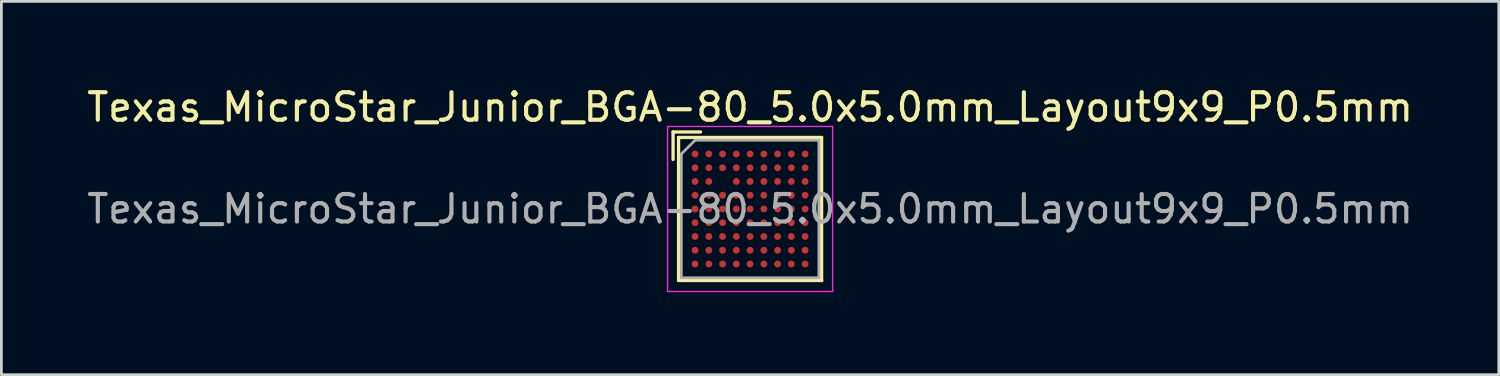
<source format=kicad_pcb>
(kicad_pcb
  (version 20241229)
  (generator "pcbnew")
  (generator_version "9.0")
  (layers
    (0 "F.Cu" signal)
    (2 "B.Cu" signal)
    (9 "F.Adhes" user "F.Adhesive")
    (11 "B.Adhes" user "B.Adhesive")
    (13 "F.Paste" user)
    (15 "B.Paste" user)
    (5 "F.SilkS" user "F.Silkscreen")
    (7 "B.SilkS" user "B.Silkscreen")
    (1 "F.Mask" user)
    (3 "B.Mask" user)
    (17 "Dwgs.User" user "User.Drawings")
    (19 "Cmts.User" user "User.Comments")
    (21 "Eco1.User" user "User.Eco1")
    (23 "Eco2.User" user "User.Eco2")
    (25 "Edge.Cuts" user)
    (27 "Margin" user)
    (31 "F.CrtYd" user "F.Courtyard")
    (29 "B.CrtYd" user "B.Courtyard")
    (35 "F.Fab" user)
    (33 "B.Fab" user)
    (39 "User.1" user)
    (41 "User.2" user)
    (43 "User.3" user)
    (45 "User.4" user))
  (footprint "Texas_MicroStar_Junior_BGA-80_5.0x5.0mm_Layout9x9_P0.5mm"
    (layer "F.Cu")
    (at 24.22 4.548)
    (property "Reference" "Texas_MicroStar_Junior_BGA-80_5.0x5.0mm_Layout9x9_P0.5mm" (at 0 -3.7 0) (layer "F.SilkS") (effects (font (size 1 1) (thickness 0.15))))
    (attr smd)
    (fp_line (start -2.8 -2.8) (end -1.8 -2.8) (stroke (width 0.12) (type solid)) (layer "F.SilkS"))
    (fp_line (start -2.8 -1.8) (end -2.8 -2.8) (stroke (width 0.12) (type solid)) (layer "F.SilkS"))
    (fp_line (start -2.6 -2.6) (end 2.6 -2.6) (stroke (width 0.12) (type solid)) (layer "F.SilkS"))
    (fp_line (start -2.6 2.6) (end -2.6 -2.6) (stroke (width 0.12) (type solid)) (layer "F.SilkS"))
    (fp_line (start 2.6 -2.6) (end 2.6 2.6) (stroke (width 0.12) (type solid)) (layer "F.SilkS"))
    (fp_line (start 2.6 2.6) (end -2.6 2.6) (stroke (width 0.12) (type solid)) (layer "F.SilkS"))
    (fp_line (start 2.6 2.6) (end 2.6 2.6) (stroke (width 0.12) (type solid)) (layer "F.SilkS"))
    (fp_line (start -3 -3) (end 3 -3) (stroke (width 0.05) (type solid)) (layer "F.CrtYd"))
    (fp_line (start -3 3) (end -3 -3) (stroke (width 0.05) (type solid)) (layer "F.CrtYd"))
    (fp_line (start 3 -3) (end 3 3) (stroke (width 0.05) (type solid)) (layer "F.CrtYd"))
    (fp_line (start 3 3) (end -3 3) (stroke (width 0.05) (type solid)) (layer "F.CrtYd"))
    (fp_line (start -2.5 2.5) (end -2.5 -2) (stroke (width 0.1) (type solid)) (layer "F.Fab"))
    (fp_line (start -2 -2.5) (end -2.5 -2) (stroke (width 0.1) (type solid)) (layer "F.Fab"))
    (fp_line (start -2 -2.5) (end 2.5 -2.5) (stroke (width 0.1) (type solid)) (layer "F.Fab"))
    (fp_line (start 2.5 -2.5) (end 2.5 2.5) (stroke (width 0.1) (type solid)) (layer "F.Fab"))
    (fp_line (start 2.5 2.5) (end -2.5 2.5) (stroke (width 0.1) (type solid)) (layer "F.Fab"))
    (fp_text user "${REFERENCE}" (at 0 0 0) (layer "F.Fab") (effects (font (size 1 1) (thickness 0.15))))
    (pad "A1" smd circle (at -2 -2) (size 0.25 0.25) (layers "F.Cu" "F.Mask" "F.Paste"))
    (pad "A2" smd circle (at -1.5 -2) (size 0.25 0.25) (layers "F.Cu" "F.Mask" "F.Paste"))
    (pad "A3" smd circle (at -1 -2) (size 0.25 0.25) (layers "F.Cu" "F.Mask" "F.Paste"))
    (pad "A4" smd circle (at -0.5 -2) (size 0.25 0.25) (layers "F.Cu" "F.Mask" "F.Paste"))
    (pad "A5" smd circle (at 0 -2) (size 0.25 0.25) (layers "F.Cu" "F.Mask" "F.Paste"))
    (pad "A6" smd circle (at 0.5 -2) (size 0.25 0.25) (layers "F.Cu" "F.Mask" "F.Paste"))
    (pad "A7" smd circle (at 1 -2) (size 0.25 0.25) (layers "F.Cu" "F.Mask" "F.Paste"))
    (pad "A8" smd circle (at 1.5 -2) (size 0.25 0.25) (layers "F.Cu" "F.Mask" "F.Paste"))
    (pad "A9" smd circle (at 2 -2) (size 0.25 0.25) (layers "F.Cu" "F.Mask" "F.Paste"))
    (pad "B1" smd circle (at -2 -1.5) (size 0.25 0.25) (layers "F.Cu" "F.Mask" "F.Paste"))
    (pad "B2" smd circle (at -1.5 -1.5) (size 0.25 0.25) (layers "F.Cu" "F.Mask" "F.Paste"))
    (pad "B3" smd circle (at -1 -1.5) (size 0.25 0.25) (layers "F.Cu" "F.Mask" "F.Paste"))
    (pad "B4" smd circle (at -0.5 -1.5) (size 0.25 0.25) (layers "F.Cu" "F.Mask" "F.Paste"))
    (pad "B5" smd circle (at 0 -1.5) (size 0.25 0.25) (layers "F.Cu" "F.Mask" "F.Paste"))
    (pad "B6" smd circle (at 0.5 -1.5) (size 0.25 0.25) (layers "F.Cu" "F.Mask" "F.Paste"))
    (pad "B7" smd circle (at 1 -1.5) (size 0.25 0.25) (layers "F.Cu" "F.Mask" "F.Paste"))
    (pad "B8" smd circle (at 1.5 -1.5) (size 0.25 0.25) (layers "F.Cu" "F.Mask" "F.Paste"))
    (pad "B9" smd circle (at 2 -1.5) (size 0.25 0.25) (layers "F.Cu" "F.Mask" "F.Paste"))
    (pad "C1" smd circle (at -2 -1) (size 0.25 0.25) (layers "F.Cu" "F.Mask" "F.Paste"))
    (pad "C2" smd circle (at -1.5 -1) (size 0.25 0.25) (layers "F.Cu" "F.Mask" "F.Paste"))
    (pad "C4" smd circle (at -0.5 -1) (size 0.25 0.25) (layers "F.Cu" "F.Mask" "F.Paste"))
    (pad "C5" smd circle (at 0 -1) (size 0.25 0.25) (layers "F.Cu" "F.Mask" "F.Paste"))
    (pad "C6" smd circle (at 0.5 -1) (size 0.25 0.25) (layers "F.Cu" "F.Mask" "F.Paste"))
    (pad "C7" smd circle (at 1 -1) (size 0.25 0.25) (layers "F.Cu" "F.Mask" "F.Paste"))
    (pad "C8" smd circle (at 1.5 -1) (size 0.25 0.25) (layers "F.Cu" "F.Mask" "F.Paste"))
    (pad "C9" smd circle (at 2 -1) (size 0.25 0.25) (layers "F.Cu" "F.Mask" "F.Paste"))
    (pad "D1" smd circle (at -2 -0.5) (size 0.25 0.25) (layers "F.Cu" "F.Mask" "F.Paste"))
    (pad "D2" smd circle (at -1.5 -0.5) (size 0.25 0.25) (layers "F.Cu" "F.Mask" "F.Paste"))
    (pad "D3" smd circle (at -1 -0.5) (size 0.25 0.25) (layers "F.Cu" "F.Mask" "F.Paste"))
    (pad "D4" smd circle (at -0.5 -0.5) (size 0.25 0.25) (layers "F.Cu" "F.Mask" "F.Paste"))
    (pad "D5" smd circle (at 0 -0.5) (size 0.25 0.25) (layers "F.Cu" "F.Mask" "F.Paste"))
    (pad "D6" smd circle (at 0.5 -0.5) (size 0.25 0.25) (layers "F.Cu" "F.Mask" "F.Paste"))
    (pad "D7" smd circle (at 1 -0.5) (size 0.25 0.25) (layers "F.Cu" "F.Mask" "F.Paste"))
    (pad "D8" smd circle (at 1.5 -0.5) (size 0.25 0.25) (layers "F.Cu" "F.Mask" "F.Paste"))
    (pad "D9" smd circle (at 2 -0.5) (size 0.25 0.25) (layers "F.Cu" "F.Mask" "F.Paste"))
    (pad "E1" smd circle (at -2 0) (size 0.25 0.25) (layers "F.Cu" "F.Mask" "F.Paste"))
    (pad "E2" smd circle (at -1.5 0) (size 0.25 0.25) (layers "F.Cu" "F.Mask" "F.Paste"))
    (pad "E3" smd circle (at -1 0) (size 0.25 0.25) (layers "F.Cu" "F.Mask" "F.Paste"))
    (pad "E4" smd circle (at -0.5 0) (size 0.25 0.25) (layers "F.Cu" "F.Mask" "F.Paste"))
    (pad "E5" smd circle (at 0 0) (size 0.25 0.25) (layers "F.Cu" "F.Mask" "F.Paste"))
    (pad "E6" smd circle (at 0.5 0) (size 0.25 0.25) (layers "F.Cu" "F.Mask" "F.Paste"))
    (pad "E7" smd circle (at 1 0) (size 0.25 0.25) (layers "F.Cu" "F.Mask" "F.Paste"))
    (pad "E8" smd circle (at 1.5 0) (size 0.25 0.25) (layers "F.Cu" "F.Mask" "F.Paste"))
    (pad "E9" smd circle (at 2 0) (size 0.25 0.25) (layers "F.Cu" "F.Mask" "F.Paste"))
    (pad "F1" smd circle (at -2 0.5) (size 0.25 0.25) (layers "F.Cu" "F.Mask" "F.Paste"))
    (pad "F2" smd circle (at -1.5 0.5) (size 0.25 0.25) (layers "F.Cu" "F.Mask" "F.Paste"))
    (pad "F3" smd circle (at -1 0.5) (size 0.25 0.25) (layers "F.Cu" "F.Mask" "F.Paste"))
    (pad "F4" smd circle (at -0.5 0.5) (size 0.25 0.25) (layers "F.Cu" "F.Mask" "F.Paste"))
    (pad "F5" smd circle (at 0 0.5) (size 0.25 0.25) (layers "F.Cu" "F.Mask" "F.Paste"))
    (pad "F6" smd circle (at 0.5 0.5) (size 0.25 0.25) (layers "F.Cu" "F.Mask" "F.Paste"))
    (pad "F7" smd circle (at 1 0.5) (size 0.25 0.25) (layers "F.Cu" "F.Mask" "F.Paste"))
    (pad "F8" smd circle (at 1.5 0.5) (size 0.25 0.25) (layers "F.Cu" "F.Mask" "F.Paste"))
    (pad "F9" smd circle (at 2 0.5) (size 0.25 0.25) (layers "F.Cu" "F.Mask" "F.Paste"))
    (pad "G1" smd circle (at -2 1) (size 0.25 0.25) (layers "F.Cu" "F.Mask" "F.Paste"))
    (pad "G2" smd circle (at -1.5 1) (size 0.25 0.25) (layers "F.Cu" "F.Mask" "F.Paste"))
    (pad "G3" smd circle (at -1 1) (size 0.25 0.25) (layers "F.Cu" "F.Mask" "F.Paste"))
    (pad "G4" smd circle (at -0.5 1) (size 0.25 0.25) (layers "F.Cu" "F.Mask" "F.Paste"))
    (pad "G5" smd circle (at 0 1) (size 0.25 0.25) (layers "F.Cu" "F.Mask" "F.Paste"))
    (pad "G6" smd circle (at 0.5 1) (size 0.25 0.25) (layers "F.Cu" "F.Mask" "F.Paste"))
    (pad "G7" smd circle (at 1 1) (size 0.25 0.25) (layers "F.Cu" "F.Mask" "F.Paste"))
    (pad "G8" smd circle (at 1.5 1) (size 0.25 0.25) (layers "F.Cu" "F.Mask" "F.Paste"))
    (pad "G9" smd circle (at 2 1) (size 0.25 0.25) (layers "F.Cu" "F.Mask" "F.Paste"))
    (pad "H1" smd circle (at -2 1.5) (size 0.25 0.25) (layers "F.Cu" "F.Mask" "F.Paste"))
    (pad "H2" smd circle (at -1.5 1.5) (size 0.25 0.25) (layers "F.Cu" "F.Mask" "F.Paste"))
    (pad "H3" smd circle (at -1 1.5) (size 0.25 0.25) (layers "F.Cu" "F.Mask" "F.Paste"))
    (pad "H4" smd circle (at -0.5 1.5) (size 0.25 0.25) (layers "F.Cu" "F.Mask" "F.Paste"))
    (pad "H5" smd circle (at 0 1.5) (size 0.25 0.25) (layers "F.Cu" "F.Mask" "F.Paste"))
    (pad "H6" smd circle (at 0.5 1.5) (size 0.25 0.25) (layers "F.Cu" "F.Mask" "F.Paste"))
    (pad "H7" smd circle (at 1 1.5) (size 0.25 0.25) (layers "F.Cu" "F.Mask" "F.Paste"))
    (pad "H8" smd circle (at 1.5 1.5) (size 0.25 0.25) (layers "F.Cu" "F.Mask" "F.Paste"))
    (pad "H9" smd circle (at 2 1.5) (size 0.25 0.25) (layers "F.Cu" "F.Mask" "F.Paste"))
    (pad "J1" smd circle (at -2 2) (size 0.25 0.25) (layers "F.Cu" "F.Mask" "F.Paste"))
    (pad "J2" smd circle (at -1.5 2) (size 0.25 0.25) (layers "F.Cu" "F.Mask" "F.Paste"))
    (pad "J3" smd circle (at -1 2) (size 0.25 0.25) (layers "F.Cu" "F.Mask" "F.Paste"))
    (pad "J4" smd circle (at -0.5 2) (size 0.25 0.25) (layers "F.Cu" "F.Mask" "F.Paste"))
    (pad "J5" smd circle (at 0 2) (size 0.25 0.25) (layers "F.Cu" "F.Mask" "F.Paste"))
    (pad "J6" smd circle (at 0.5 2) (size 0.25 0.25) (layers "F.Cu" "F.Mask" "F.Paste"))
    (pad "J7" smd circle (at 1 2) (size 0.25 0.25) (layers "F.Cu" "F.Mask" "F.Paste"))
    (pad "J8" smd circle (at 1.5 2) (size 0.25 0.25) (layers "F.Cu" "F.Mask" "F.Paste"))
    (pad "J9" smd circle (at 2 2) (size 0.25 0.25) (layers "F.Cu" "F.Mask" "F.Paste")))
  (gr_rect
    (start -3 -3)
    (end 51.44 10.573)
    (stroke (width 0.1) (type default))
    (fill no)
    (layer "Edge.Cuts")))
</source>
